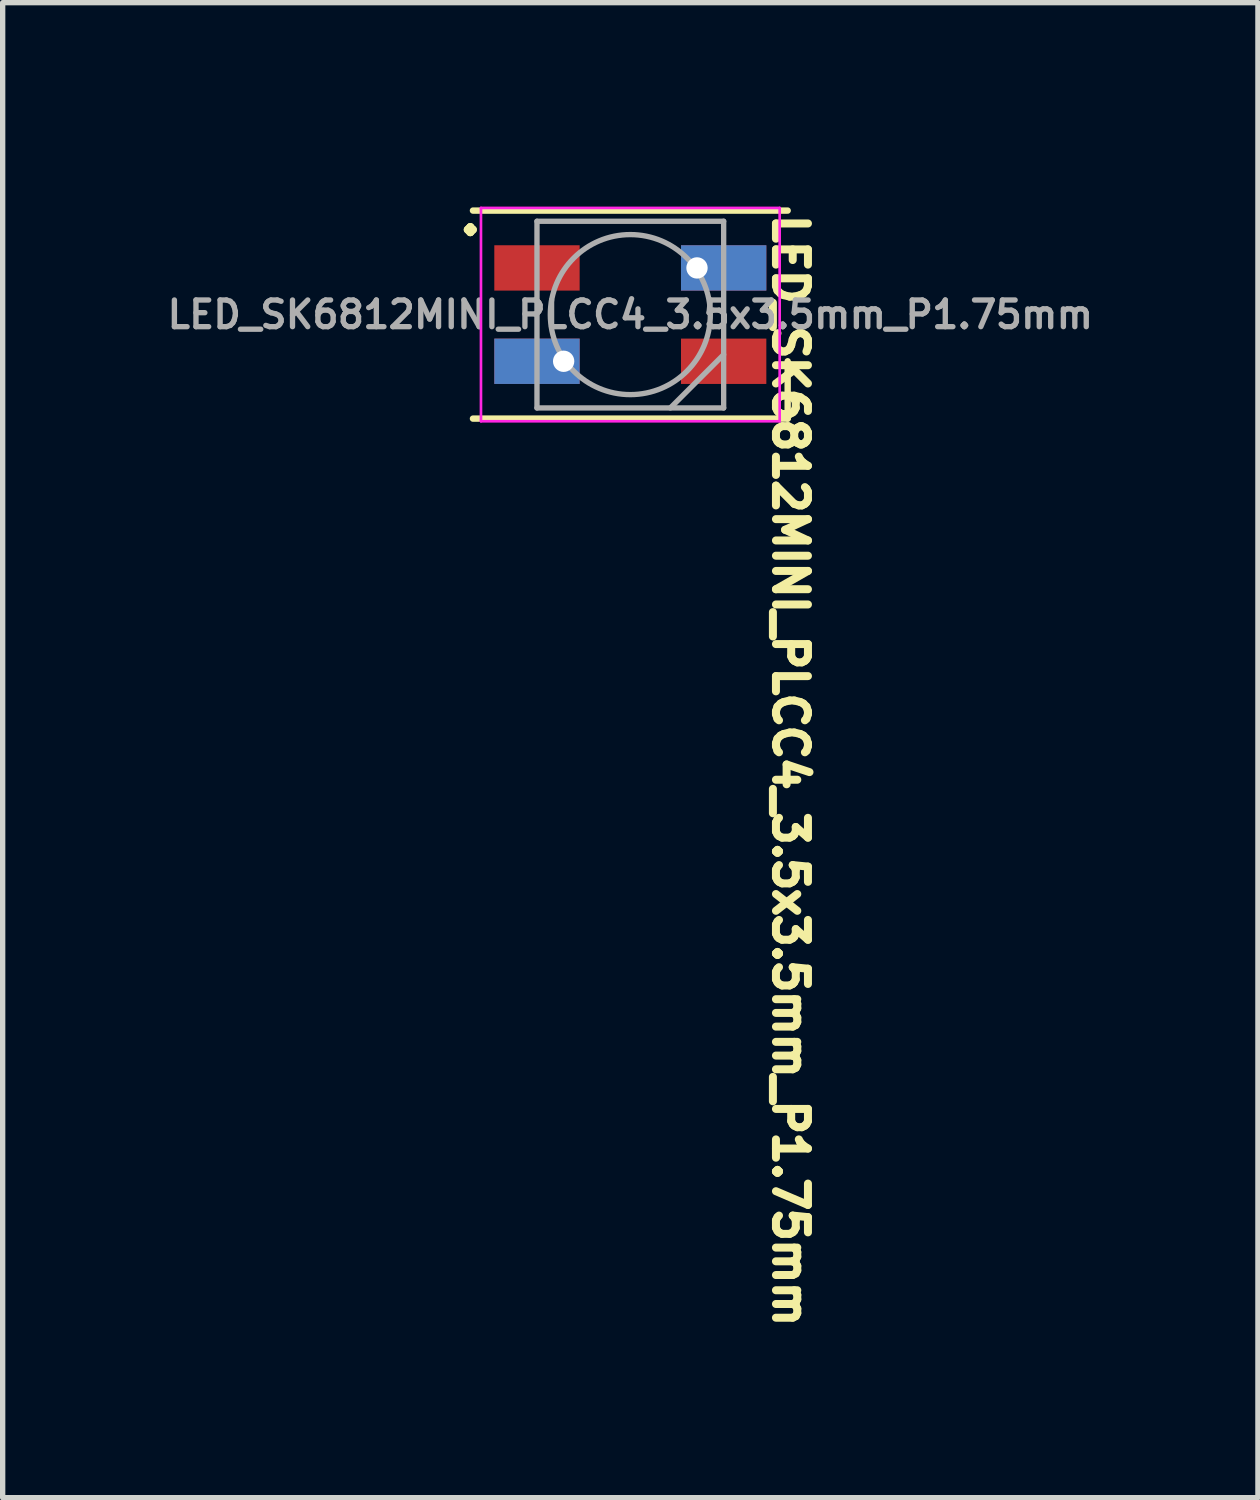
<source format=kicad_pcb>
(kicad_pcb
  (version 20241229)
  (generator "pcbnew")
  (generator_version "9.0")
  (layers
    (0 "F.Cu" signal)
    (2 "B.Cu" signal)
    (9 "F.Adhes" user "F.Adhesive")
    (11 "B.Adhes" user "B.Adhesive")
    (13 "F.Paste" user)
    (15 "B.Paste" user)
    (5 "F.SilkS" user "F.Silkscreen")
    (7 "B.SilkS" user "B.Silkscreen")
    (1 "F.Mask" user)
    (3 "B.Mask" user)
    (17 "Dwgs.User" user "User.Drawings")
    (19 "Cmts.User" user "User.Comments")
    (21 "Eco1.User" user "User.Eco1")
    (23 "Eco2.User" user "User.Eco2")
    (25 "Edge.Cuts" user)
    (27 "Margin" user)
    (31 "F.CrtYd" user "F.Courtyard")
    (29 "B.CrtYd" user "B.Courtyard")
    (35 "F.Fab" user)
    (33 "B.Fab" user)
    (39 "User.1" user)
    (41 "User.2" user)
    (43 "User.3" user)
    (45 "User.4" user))
  (footprint "LED_SK6812MINI_PLCC4_3.5x3.5mm_P1.75mm"
    (layer "F.Cu")
    (at 8.767 2.848)
    (property "Reference" "LED_SK6812MINI_PLCC4_3.5x3.5mm_P1.75mm" (at 3 -1.95 270) (unlocked yes) (layer "F.SilkS") (effects (font (size 0.6 0.6) (thickness 0.15)) (justify left)))
    (attr smd)
    (fp_line (start -2.95 -1.95) (end 2.95 -1.95) (stroke (width 0.12) (type solid)) (layer "F.SilkS"))
    (fp_line (start -2.95 1.95) (end 2.95 1.95) (stroke (width 0.12) (type solid)) (layer "F.SilkS"))
    (fp_line (start 2.95 1.95) (end 2.95 0.875) (stroke (width 0.12) (type solid)) (layer "F.SilkS"))
    (fp_line (start -2.8 -2) (end -2.8 2) (stroke (width 0.05) (type solid)) (layer "F.CrtYd"))
    (fp_line (start -2.8 2) (end 2.8 2) (stroke (width 0.05) (type solid)) (layer "F.CrtYd"))
    (fp_line (start 2.8 -2) (end -2.8 -2) (stroke (width 0.05) (type solid)) (layer "F.CrtYd"))
    (fp_line (start 2.8 2) (end 2.8 -2) (stroke (width 0.05) (type solid)) (layer "F.CrtYd"))
    (fp_line (start -1.75 -1.75) (end -1.75 1.75) (stroke (width 0.1) (type solid)) (layer "F.Fab"))
    (fp_line (start -1.75 1.75) (end 1.75 1.75) (stroke (width 0.1) (type solid)) (layer "F.Fab"))
    (fp_line (start 1.75 -1.75) (end -1.75 -1.75) (stroke (width 0.1) (type solid)) (layer "F.Fab"))
    (fp_line (start 1.75 0.75) (end 0.75 1.75) (stroke (width 0.1) (type solid)) (layer "F.Fab"))
    (fp_line (start 1.75 1.75) (end 1.75 -1.75) (stroke (width 0.1) (type solid)) (layer "F.Fab"))
    (fp_circle (center 0 0) (end 0 -1.5) (stroke (width 0.1) (type solid)) (fill no) (layer "F.Fab"))
    (fp_text user "." (at -3 -2 0) (unlocked yes) (layer "F.SilkS") (effects (font (size 1 1) (thickness 0.15))))
    (fp_text user "${REFERENCE}" (at 0 0 0) (layer "F.Fab") (effects (font (size 0.5 0.5) (thickness 0.1))))
    (pad "1" smd rect (at -1.25 -0.875) (size 1.6 0.85) (drill (offset -0.5 0)) (layers "F.Cu" "F.Mask" "F.Paste"))
    (pad "2" thru_hole rect (at -1.25 0.875) (size 1.6 0.85) (drill 0.4 (offset -0.5 0)) (layers "*.Cu" "F.Mask"))
    (pad "3" smd rect (at 1.25 0.875) (size 1.6 0.85) (drill (offset 0.5 0)) (layers "F.Cu" "F.Mask" "F.Paste"))
    (pad "4" thru_hole rect (at 1.25 -0.875) (size 1.6 0.85) (drill 0.4 (offset 0.5 0)) (layers "*.Cu" "F.Mask")))
  (gr_rect
    (start -3 -3)
    (end 20.533 25.028)
    (stroke (width 0.1) (type default))
    (fill no)
    (layer "Edge.Cuts")))
</source>
